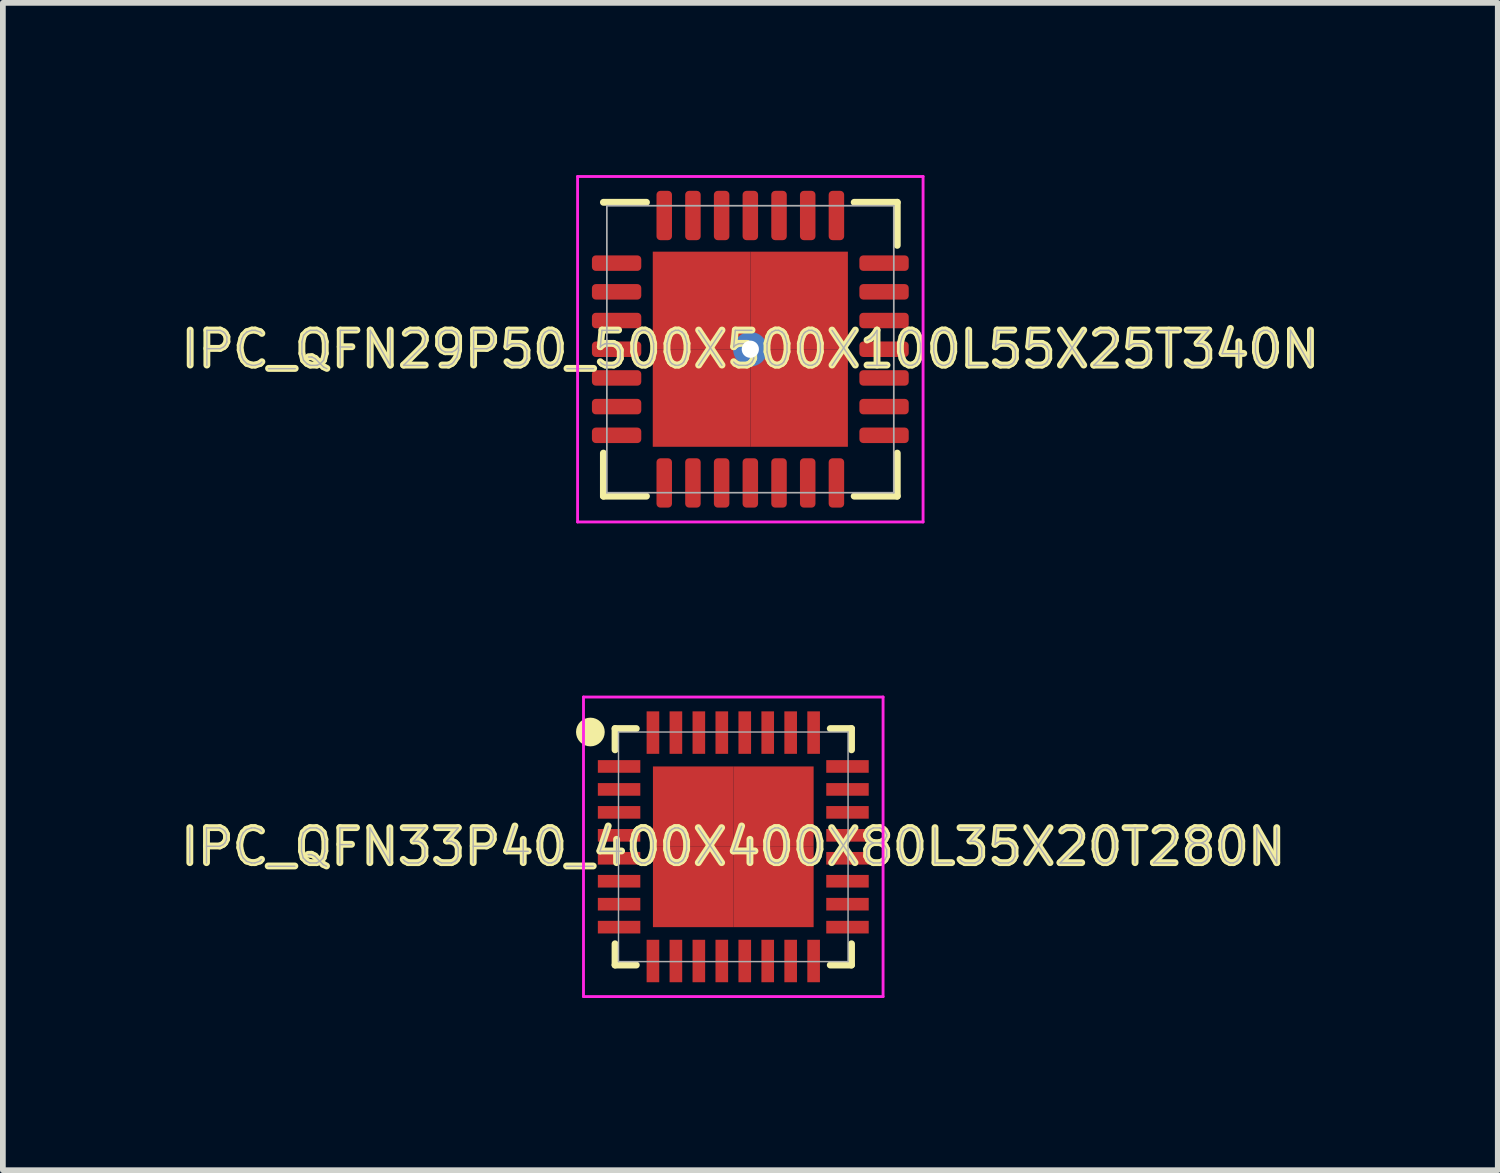
<source format=kicad_pcb>
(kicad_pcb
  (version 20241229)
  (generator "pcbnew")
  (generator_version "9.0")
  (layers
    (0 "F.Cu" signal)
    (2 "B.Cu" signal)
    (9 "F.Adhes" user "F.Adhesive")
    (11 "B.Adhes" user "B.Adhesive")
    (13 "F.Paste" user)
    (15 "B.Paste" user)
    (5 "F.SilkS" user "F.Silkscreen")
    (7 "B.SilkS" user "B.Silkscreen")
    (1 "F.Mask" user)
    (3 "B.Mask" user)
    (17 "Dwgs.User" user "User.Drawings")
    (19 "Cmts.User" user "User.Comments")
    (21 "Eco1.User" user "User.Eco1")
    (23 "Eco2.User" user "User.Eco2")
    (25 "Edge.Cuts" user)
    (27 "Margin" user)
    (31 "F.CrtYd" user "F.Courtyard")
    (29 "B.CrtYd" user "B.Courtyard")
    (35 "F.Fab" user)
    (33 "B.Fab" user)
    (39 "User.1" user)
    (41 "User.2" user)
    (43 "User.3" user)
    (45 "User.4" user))
  (footprint "IPC_QFN29P50_500X500X100L55X25T340N"
    (layer "F.Cu")
    (at 10.024 3.035)
    (property "Reference" "IPC_QFN29P50_500X500X100L55X25T340N" (at 0 0 0) (layer "F.SilkS") (effects (font (size 0.61 0.61) (thickness 0.12))))
    (attr smd)
    (fp_line (start -2.56 1.81) (end -2.56 2.56) (stroke (width 0.12) (type solid)) (layer "F.SilkS"))
    (fp_line (start -2.56 2.56) (end -1.81 2.56) (stroke (width 0.12) (type solid)) (layer "F.SilkS"))
    (fp_line (start -1.81 -2.56) (end -2.56 -2.56) (stroke (width 0.12) (type solid)) (layer "F.SilkS"))
    (fp_line (start 1.81 2.56) (end 2.56 2.56) (stroke (width 0.12) (type solid)) (layer "F.SilkS"))
    (fp_line (start 2.56 -2.56) (end 1.81 -2.56) (stroke (width 0.12) (type solid)) (layer "F.SilkS"))
    (fp_line (start 2.56 -1.81) (end 2.56 -2.56) (stroke (width 0.12) (type solid)) (layer "F.SilkS"))
    (fp_line (start 2.56 2.56) (end 2.56 1.81) (stroke (width 0.12) (type solid)) (layer "F.SilkS"))
    (fp_line (start -3.01 -3.01) (end 3.01 -3.01) (stroke (width 0.05) (type solid)) (layer "F.CrtYd"))
    (fp_line (start -3.01 3.01) (end -3.01 -3.01) (stroke (width 0.05) (type solid)) (layer "F.CrtYd"))
    (fp_line (start 3.01 -3.01) (end 3.01 3.01) (stroke (width 0.05) (type solid)) (layer "F.CrtYd"))
    (fp_line (start 3.01 3.01) (end -3.01 3.01) (stroke (width 0.05) (type solid)) (layer "F.CrtYd"))
    (fp_line (start -2.5 -2.5) (end 2.5 -2.5) (stroke (width 0.03) (type solid)) (layer "F.Fab"))
    (fp_line (start -2.5 2.5) (end -2.5 -2.5) (stroke (width 0.03) (type solid)) (layer "F.Fab"))
    (fp_line (start 2.5 -2.5) (end 2.5 2.5) (stroke (width 0.03) (type solid)) (layer "F.Fab"))
    (fp_line (start 2.5 2.5) (end -2.5 2.5) (stroke (width 0.03) (type solid)) (layer "F.Fab"))
    (fp_text user "${REFERENCE}" (at 0 0 0) (layer "F.Fab") (effects (font (size 0.61 0.61) (thickness 0.025))))
    (pad "1" smd roundrect (at -2.33 -1.5 270) (size 0.27 0.86) (layers "F.Cu" "F.Mask" "F.Paste") (roundrect_rratio 0.25))
    (pad "2" smd roundrect (at -2.33 -1 270) (size 0.27 0.86) (layers "F.Cu" "F.Mask" "F.Paste") (roundrect_rratio 0.25))
    (pad "3" smd roundrect (at -2.33 -0.5 270) (size 0.27 0.86) (layers "F.Cu" "F.Mask" "F.Paste") (roundrect_rratio 0.25))
    (pad "4" smd roundrect (at -2.33 0 270) (size 0.27 0.86) (layers "F.Cu" "F.Mask" "F.Paste") (roundrect_rratio 0.25))
    (pad "5" smd roundrect (at -2.33 0.5 270) (size 0.27 0.86) (layers "F.Cu" "F.Mask" "F.Paste") (roundrect_rratio 0.25))
    (pad "6" smd roundrect (at -2.33 1 270) (size 0.27 0.86) (layers "F.Cu" "F.Mask" "F.Paste") (roundrect_rratio 0.25))
    (pad "7" smd roundrect (at -2.33 1.5 270) (size 0.27 0.86) (layers "F.Cu" "F.Mask" "F.Paste") (roundrect_rratio 0.25))
    (pad "8" smd roundrect (at -1.5 2.33) (size 0.27 0.86) (layers "F.Cu" "F.Mask" "F.Paste") (roundrect_rratio 0.25))
    (pad "9" smd roundrect (at -1 2.33) (size 0.27 0.86) (layers "F.Cu" "F.Mask" "F.Paste") (roundrect_rratio 0.25))
    (pad "10" smd roundrect (at -0.5 2.33) (size 0.27 0.86) (layers "F.Cu" "F.Mask" "F.Paste") (roundrect_rratio 0.25))
    (pad "11" smd roundrect (at 0 2.33) (size 0.27 0.86) (layers "F.Cu" "F.Mask" "F.Paste") (roundrect_rratio 0.25))
    (pad "12" smd roundrect (at 0.5 2.33) (size 0.27 0.86) (layers "F.Cu" "F.Mask" "F.Paste") (roundrect_rratio 0.25))
    (pad "13" smd roundrect (at 1 2.33) (size 0.27 0.86) (layers "F.Cu" "F.Mask" "F.Paste") (roundrect_rratio 0.25))
    (pad "14" smd roundrect (at 1.5 2.33) (size 0.27 0.86) (layers "F.Cu" "F.Mask" "F.Paste") (roundrect_rratio 0.25))
    (pad "15" smd roundrect (at 2.33 1.5 90) (size 0.27 0.86) (layers "F.Cu" "F.Mask" "F.Paste") (roundrect_rratio 0.25))
    (pad "16" smd roundrect (at 2.33 1 90) (size 0.27 0.86) (layers "F.Cu" "F.Mask" "F.Paste") (roundrect_rratio 0.25))
    (pad "17" smd roundrect (at 2.33 0.5 90) (size 0.27 0.86) (layers "F.Cu" "F.Mask" "F.Paste") (roundrect_rratio 0.25))
    (pad "18" smd roundrect (at 2.33 0 90) (size 0.27 0.86) (layers "F.Cu" "F.Mask" "F.Paste") (roundrect_rratio 0.25))
    (pad "19" smd roundrect (at 2.33 -0.5 90) (size 0.27 0.86) (layers "F.Cu" "F.Mask" "F.Paste") (roundrect_rratio 0.25))
    (pad "20" smd roundrect (at 2.33 -1 90) (size 0.27 0.86) (layers "F.Cu" "F.Mask" "F.Paste") (roundrect_rratio 0.25))
    (pad "21" smd roundrect (at 2.33 -1.5 90) (size 0.27 0.86) (layers "F.Cu" "F.Mask" "F.Paste") (roundrect_rratio 0.25))
    (pad "22" smd roundrect (at 1.5 -2.33 180) (size 0.27 0.86) (layers "F.Cu" "F.Mask" "F.Paste") (roundrect_rratio 0.25))
    (pad "23" smd roundrect (at 1 -2.33 180) (size 0.27 0.86) (layers "F.Cu" "F.Mask" "F.Paste") (roundrect_rratio 0.25))
    (pad "24" smd roundrect (at 0.5 -2.33 180) (size 0.27 0.86) (layers "F.Cu" "F.Mask" "F.Paste") (roundrect_rratio 0.25))
    (pad "25" smd roundrect (at 0 -2.33 180) (size 0.27 0.86) (layers "F.Cu" "F.Mask" "F.Paste") (roundrect_rratio 0.25))
    (pad "26" smd roundrect (at -0.5 -2.33 180) (size 0.27 0.86) (layers "F.Cu" "F.Mask" "F.Paste") (roundrect_rratio 0.25))
    (pad "27" smd roundrect (at -1 -2.33 180) (size 0.27 0.86) (layers "F.Cu" "F.Mask" "F.Paste") (roundrect_rratio 0.25))
    (pad "28" smd roundrect (at -1.5 -2.33 180) (size 0.27 0.86) (layers "F.Cu" "F.Mask" "F.Paste") (roundrect_rratio 0.25))
    (pad "29" smd rect (at -0.85 -0.85) (size 1.7 1.7) (layers "F.Cu" "F.Mask" "F.Paste"))
    (pad "29" smd rect (at -0.85 0.85) (size 1.7 1.7) (layers "F.Cu" "F.Mask" "F.Paste"))
    (pad "29" thru_hole circle (at 0 0) (size 0.6 0.6) (drill 0.3) (layers "*.Cu"))
    (pad "29" smd rect (at 0.85 -0.85) (size 1.7 1.7) (layers "F.Cu" "F.Mask" "F.Paste"))
    (pad "29" smd rect (at 0.85 0.85) (size 1.7 1.7) (layers "F.Cu" "F.Mask" "F.Paste")))
  (footprint "IPC_QFN33P40_400X400X80L35X20T280N"
    (layer "F.Cu")
    (at 9.727 11.705)
    (property "Reference" "IPC_QFN33P40_400X400X80L35X20T280N" (at 0 0 0) (layer "F.SilkS") (effects (font (size 0.61 0.61) (thickness 0.12))))
    (attr smd)
    (fp_line (start -2.06 -2.06) (end -2.06 -1.69) (stroke (width 0.12) (type solid)) (layer "F.SilkS"))
    (fp_line (start -2.06 1.69) (end -2.06 2.06) (stroke (width 0.12) (type solid)) (layer "F.SilkS"))
    (fp_line (start -2.06 2.06) (end -1.69 2.06) (stroke (width 0.12) (type solid)) (layer "F.SilkS"))
    (fp_line (start -1.69 -2.06) (end -2.06 -2.06) (stroke (width 0.12) (type solid)) (layer "F.SilkS"))
    (fp_line (start 1.69 2.06) (end 2.06 2.06) (stroke (width 0.12) (type solid)) (layer "F.SilkS"))
    (fp_line (start 2.06 -2.06) (end 1.69 -2.06) (stroke (width 0.12) (type solid)) (layer "F.SilkS"))
    (fp_line (start 2.06 -1.69) (end 2.06 -2.06) (stroke (width 0.12) (type solid)) (layer "F.SilkS"))
    (fp_line (start 2.06 2.06) (end 2.06 1.69) (stroke (width 0.12) (type solid)) (layer "F.SilkS"))
    (fp_circle (center -2.49 -2) (end -2.365 -2) (stroke (width 0.25) (type solid)) (fill no) (layer "F.SilkS"))
    (fp_line (start -2.61 -2.61) (end 2.61 -2.61) (stroke (width 0.05) (type solid)) (layer "F.CrtYd"))
    (fp_line (start -2.61 2.61) (end -2.61 -2.61) (stroke (width 0.05) (type solid)) (layer "F.CrtYd"))
    (fp_line (start 2.61 -2.61) (end 2.61 2.61) (stroke (width 0.05) (type solid)) (layer "F.CrtYd"))
    (fp_line (start 2.61 2.61) (end -2.61 2.61) (stroke (width 0.05) (type solid)) (layer "F.CrtYd"))
    (fp_line (start -2 -2) (end 2 -2) (stroke (width 0.025) (type solid)) (layer "F.Fab"))
    (fp_line (start -2 2) (end -2 -2) (stroke (width 0.025) (type solid)) (layer "F.Fab"))
    (fp_line (start 2 -2) (end 2 2) (stroke (width 0.025) (type solid)) (layer "F.Fab"))
    (fp_line (start 2 2) (end -2 2) (stroke (width 0.025) (type solid)) (layer "F.Fab"))
    (fp_text user "${REFERENCE}" (at 0 0 0) (layer "F.Fab") (effects (font (size 0.61 0.61) (thickness 0.025))))
    (pad "1" smd rect (at -1.99 -1.4 270) (size 0.22 0.74) (layers "F.Cu" "F.Mask" "F.Paste"))
    (pad "2" smd rect (at -1.99 -1 270) (size 0.22 0.74) (layers "F.Cu" "F.Mask" "F.Paste"))
    (pad "3" smd rect (at -1.99 -0.6 270) (size 0.22 0.74) (layers "F.Cu" "F.Mask" "F.Paste"))
    (pad "4" smd rect (at -1.99 -0.2 270) (size 0.22 0.74) (layers "F.Cu" "F.Mask" "F.Paste"))
    (pad "5" smd rect (at -1.99 0.2 270) (size 0.22 0.74) (layers "F.Cu" "F.Mask" "F.Paste"))
    (pad "6" smd rect (at -1.99 0.6 270) (size 0.22 0.74) (layers "F.Cu" "F.Mask" "F.Paste"))
    (pad "7" smd rect (at -1.99 1 270) (size 0.22 0.74) (layers "F.Cu" "F.Mask" "F.Paste"))
    (pad "8" smd rect (at -1.99 1.4 270) (size 0.22 0.74) (layers "F.Cu" "F.Mask" "F.Paste"))
    (pad "9" smd rect (at -1.4 1.99) (size 0.22 0.74) (layers "F.Cu" "F.Mask" "F.Paste"))
    (pad "10" smd rect (at -1 1.99) (size 0.22 0.74) (layers "F.Cu" "F.Mask" "F.Paste"))
    (pad "11" smd rect (at -0.6 1.99) (size 0.22 0.74) (layers "F.Cu" "F.Mask" "F.Paste"))
    (pad "12" smd rect (at -0.2 1.99) (size 0.22 0.74) (layers "F.Cu" "F.Mask" "F.Paste"))
    (pad "13" smd rect (at 0.2 1.99) (size 0.22 0.74) (layers "F.Cu" "F.Mask" "F.Paste"))
    (pad "14" smd rect (at 0.6 1.99) (size 0.22 0.74) (layers "F.Cu" "F.Mask" "F.Paste"))
    (pad "15" smd rect (at 1 1.99) (size 0.22 0.74) (layers "F.Cu" "F.Mask" "F.Paste"))
    (pad "16" smd rect (at 1.4 1.99) (size 0.22 0.74) (layers "F.Cu" "F.Mask" "F.Paste"))
    (pad "17" smd rect (at 1.99 1.4 90) (size 0.22 0.74) (layers "F.Cu" "F.Mask" "F.Paste"))
    (pad "18" smd rect (at 1.99 1 90) (size 0.22 0.74) (layers "F.Cu" "F.Mask" "F.Paste"))
    (pad "19" smd rect (at 1.99 0.6 90) (size 0.22 0.74) (layers "F.Cu" "F.Mask" "F.Paste"))
    (pad "20" smd rect (at 1.99 0.2 90) (size 0.22 0.74) (layers "F.Cu" "F.Mask" "F.Paste"))
    (pad "21" smd rect (at 1.99 -0.2 90) (size 0.22 0.74) (layers "F.Cu" "F.Mask" "F.Paste"))
    (pad "22" smd rect (at 1.99 -0.6 90) (size 0.22 0.74) (layers "F.Cu" "F.Mask" "F.Paste"))
    (pad "23" smd rect (at 1.99 -1 90) (size 0.22 0.74) (layers "F.Cu" "F.Mask" "F.Paste"))
    (pad "24" smd rect (at 1.99 -1.4 90) (size 0.22 0.74) (layers "F.Cu" "F.Mask" "F.Paste"))
    (pad "25" smd rect (at 1.4 -1.99 180) (size 0.22 0.74) (layers "F.Cu" "F.Mask" "F.Paste"))
    (pad "26" smd rect (at 1 -1.99 180) (size 0.22 0.74) (layers "F.Cu" "F.Mask" "F.Paste"))
    (pad "27" smd rect (at 0.6 -1.99 180) (size 0.22 0.74) (layers "F.Cu" "F.Mask" "F.Paste"))
    (pad "28" smd rect (at 0.2 -1.99 180) (size 0.22 0.74) (layers "F.Cu" "F.Mask" "F.Paste"))
    (pad "29" smd rect (at -0.2 -1.99 180) (size 0.22 0.74) (layers "F.Cu" "F.Mask" "F.Paste"))
    (pad "30" smd rect (at -0.6 -1.99 180) (size 0.22 0.74) (layers "F.Cu" "F.Mask" "F.Paste"))
    (pad "31" smd rect (at -1 -1.99 180) (size 0.22 0.74) (layers "F.Cu" "F.Mask" "F.Paste"))
    (pad "32" smd rect (at -1.4 -1.99 180) (size 0.22 0.74) (layers "F.Cu" "F.Mask" "F.Paste"))
    (pad "33" smd rect (at -0.7 -0.7) (size 1.4 1.4) (layers "F.Cu" "F.Mask" "F.Paste"))
    (pad "33" smd rect (at -0.7 0.7) (size 1.4 1.4) (layers "F.Cu" "F.Mask" "F.Paste"))
    (pad "33" smd rect (at 0.7 -0.7) (size 1.4 1.4) (layers "F.Cu" "F.Mask" "F.Paste"))
    (pad "33" smd rect (at 0.7 0.7) (size 1.4 1.4) (layers "F.Cu" "F.Mask" "F.Paste")))
  (gr_rect
    (start -3 -3)
    (end 23.048 17.34)
    (stroke (width 0.1) (type default))
    (fill no)
    (layer "Edge.Cuts")))
</source>
